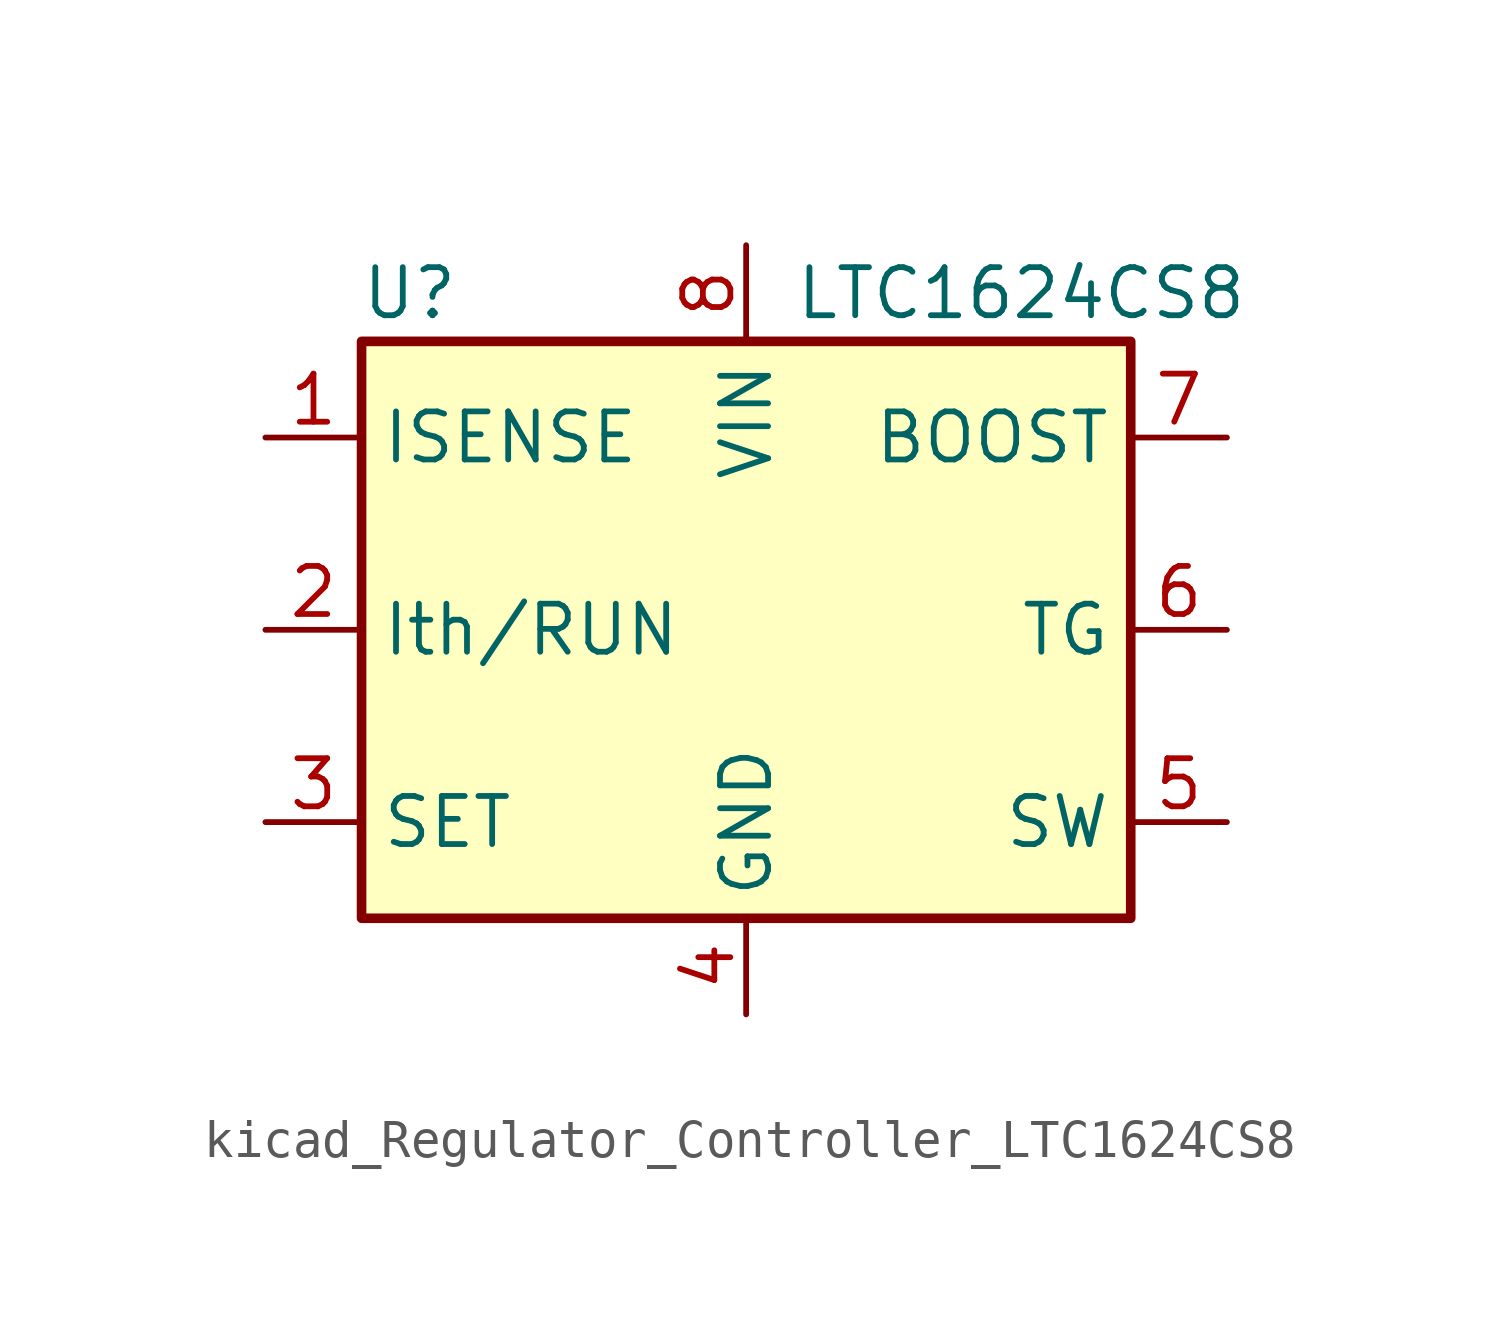
<source format=kicad_sym>
(kicad_symbol_lib
  (version 20220914)
  (generator kicad_symbol_editor)
  (symbol "kicad_Regulator_Controller_LTC1624CS8"
    (property "Reference" "U"
      (at -8.89 8.89 0)
      (effects (font (size 1.27 1.27))))
    (property "Value" "LTC1624CS8"
      (at 1.27 8.89 0)
      (effects (font (size 1.27 1.27)) (justify left)))
    (symbol "kicad_Regulator_Controller_LTC1624CS8_0_1"
      (rectangle (start -10.16 -7.62) (end 10.16 7.62) (stroke (width 0.254) (type default)) (fill (type background))))
    (symbol "kicad_Regulator_Controller_LTC1624CS8_1_1"
      (pin input line (at -12.7 5.08 0) (length 2.54) (name "ISENSE" (effects (font (size 1.27 1.27)))) (number "1" (effects (font (size 1.27 1.27)))))
      (pin input line (at -12.7 0 0) (length 2.54) (name "Ith/RUN" (effects (font (size 1.27 1.27)))) (number "2" (effects (font (size 1.27 1.27)))))
      (pin input line (at -12.7 -5.08 0) (length 2.54) (name "SET" (effects (font (size 1.27 1.27)))) (number "3" (effects (font (size 1.27 1.27)))))
      (pin power_in line (at 0 -10.16 90) (length 2.54) (name "GND" (effects (font (size 1.27 1.27)))) (number "4" (effects (font (size 1.27 1.27)))))
      (pin input line (at 12.7 -5.08 180) (length 2.54) (name "SW" (effects (font (size 1.27 1.27)))) (number "5" (effects (font (size 1.27 1.27)))))
      (pin open_collector line (at 12.7 0 180) (length 2.54) (name "TG" (effects (font (size 1.27 1.27)))) (number "6" (effects (font (size 1.27 1.27)))))
      (pin output line (at 12.7 5.08 180) (length 2.54) (name "BOOST" (effects (font (size 1.27 1.27)))) (number "7" (effects (font (size 1.27 1.27)))))
      (pin power_in line (at 0 10.16 270) (length 2.54) (name "VIN" (effects (font (size 1.27 1.27)))) (number "8" (effects (font (size 1.27 1.27))))))))
</source>
